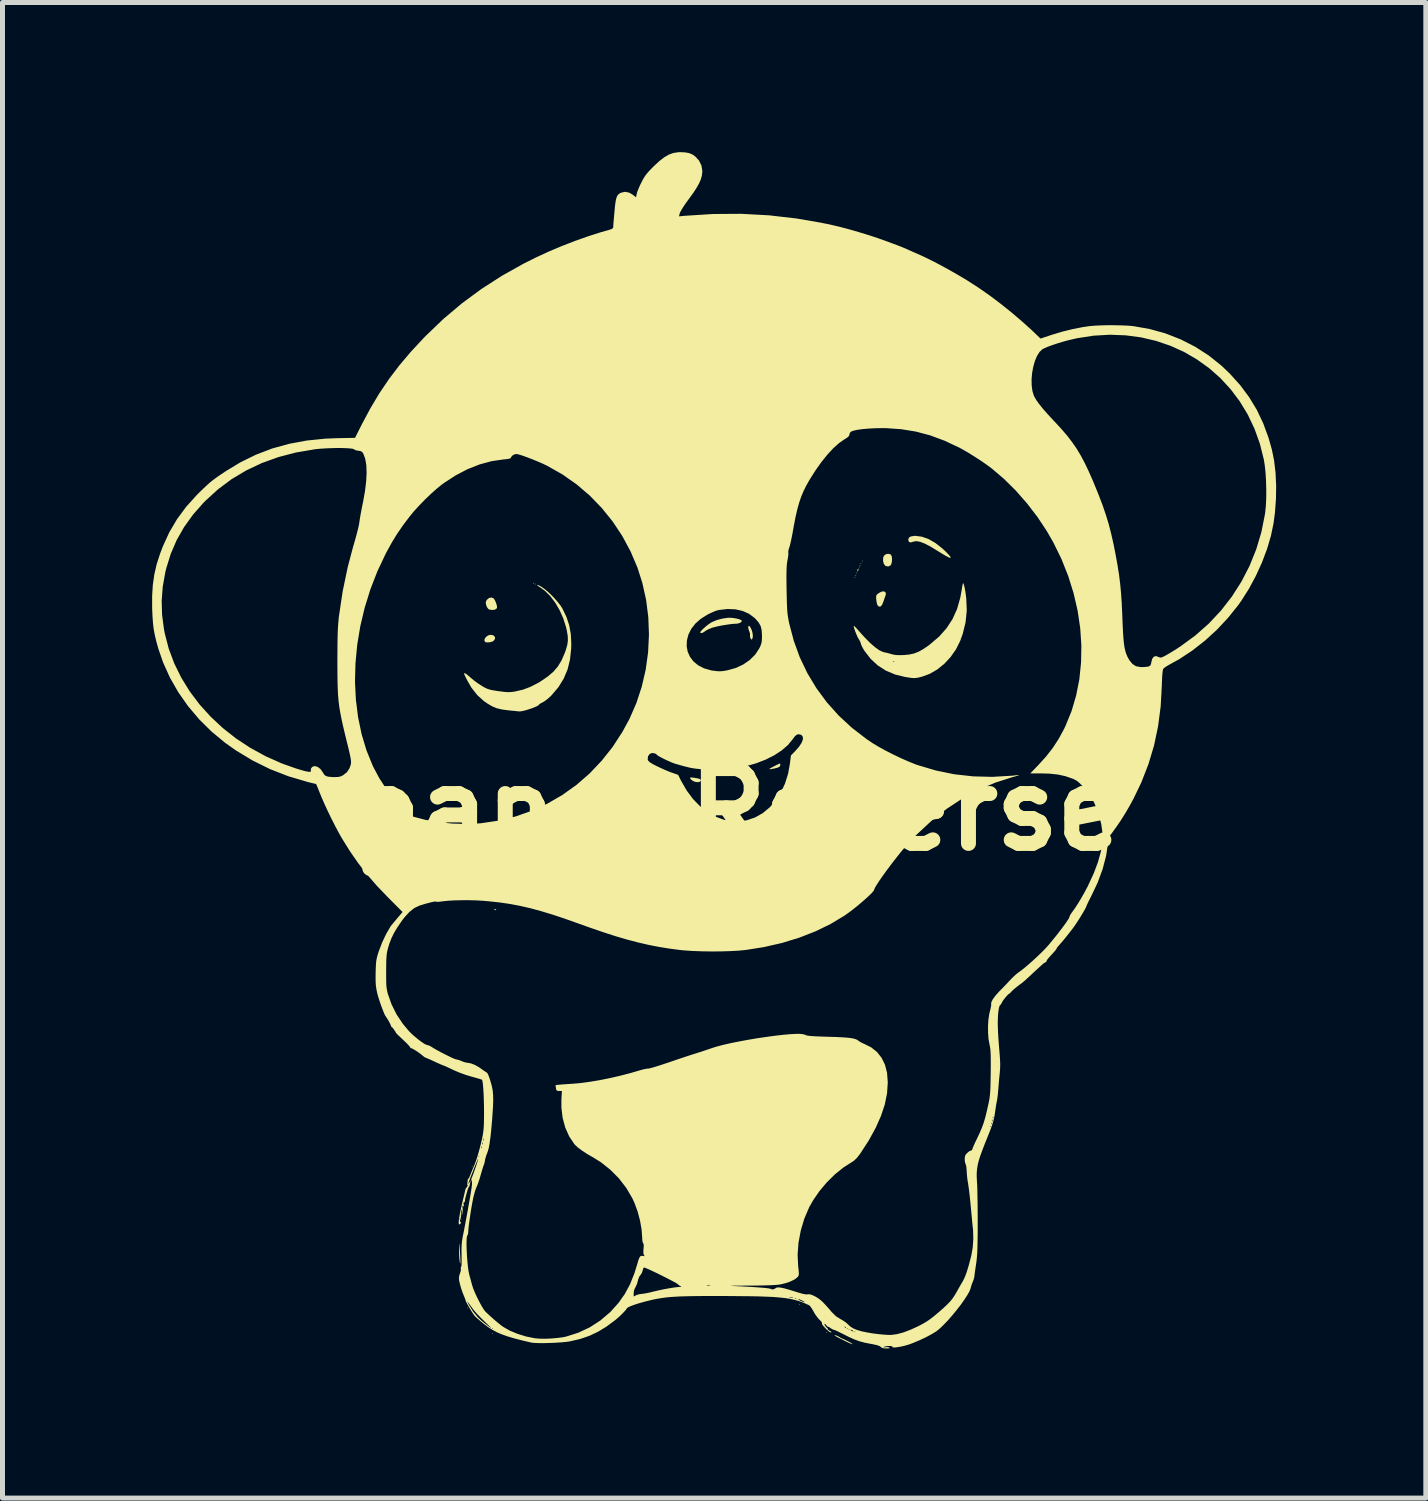
<source format=kicad_pcb>
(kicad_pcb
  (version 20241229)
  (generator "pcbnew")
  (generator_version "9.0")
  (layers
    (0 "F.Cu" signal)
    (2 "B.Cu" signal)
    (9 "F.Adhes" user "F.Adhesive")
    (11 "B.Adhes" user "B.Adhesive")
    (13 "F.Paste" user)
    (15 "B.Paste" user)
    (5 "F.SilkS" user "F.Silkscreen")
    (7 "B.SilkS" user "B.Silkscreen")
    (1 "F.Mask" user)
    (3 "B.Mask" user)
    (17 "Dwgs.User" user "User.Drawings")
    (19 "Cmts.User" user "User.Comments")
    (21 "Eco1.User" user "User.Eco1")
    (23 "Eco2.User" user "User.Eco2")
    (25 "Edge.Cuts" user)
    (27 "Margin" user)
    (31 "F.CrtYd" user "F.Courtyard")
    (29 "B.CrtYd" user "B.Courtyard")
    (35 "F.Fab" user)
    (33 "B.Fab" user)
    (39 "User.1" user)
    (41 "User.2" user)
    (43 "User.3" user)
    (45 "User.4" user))
  (footprint "pandaReverse"
    (layer "F.Cu")
    (at 11.721 13.179)
    (property "Reference" "pandaReverse" (at 0 0 0) (layer "F.SilkS") (effects (font (size 1.5 1.5) (thickness 0.3))))
    (attr board_only exclude_from_pos_files exclude_from_bom)
    (fp_poly (pts (xy -5.384 9.991) (xy -5.393 9.999) (xy -5.401 9.991) (xy -5.393 9.982)) (stroke (width 0) (type solid)) (fill yes) (layer "F.SilkS"))
    (fp_poly (pts (xy -5.299 7.153) (xy -5.307 7.162) (xy -5.316 7.153) (xy -5.307 7.145)) (stroke (width 0) (type solid)) (fill yes) (layer "F.SilkS"))
    (fp_poly (pts (xy -4.889 10.504) (xy -4.897 10.512) (xy -4.906 10.504) (xy -4.897 10.495)) (stroke (width 0) (type solid)) (fill yes) (layer "F.SilkS"))
    (fp_poly (pts (xy -4.068 -4.538) (xy -4.077 -4.53) (xy -4.085 -4.538) (xy -4.077 -4.547)) (stroke (width 0) (type solid)) (fill yes) (layer "F.SilkS"))
    (fp_poly (pts (xy -4.034 -4.521) (xy -4.042 -4.513) (xy -4.051 -4.521) (xy -4.042 -4.53)) (stroke (width 0) (type solid)) (fill yes) (layer "F.SilkS"))
    (fp_poly (pts (xy 1.265 9.922) (xy 1.256 9.931) (xy 1.248 9.922) (xy 1.256 9.914)) (stroke (width 0) (type solid)) (fill yes) (layer "F.SilkS"))
    (fp_poly (pts (xy 1.812 10.486) (xy 1.803 10.495) (xy 1.795 10.486) (xy 1.803 10.478)) (stroke (width 0) (type solid)) (fill yes) (layer "F.SilkS"))
    (fp_poly (pts (xy 2.376 -4.658) (xy 2.367 -4.649) (xy 2.359 -4.658) (xy 2.367 -4.666)) (stroke (width 0) (type solid)) (fill yes) (layer "F.SilkS"))
    (fp_poly (pts (xy 2.393 -4.692) (xy 2.384 -4.683) (xy 2.376 -4.692) (xy 2.384 -4.701)) (stroke (width 0) (type solid)) (fill yes) (layer "F.SilkS"))
    (fp_poly (pts (xy 2.41 -4.743) (xy 2.402 -4.735) (xy 2.393 -4.743) (xy 2.402 -4.752)) (stroke (width 0) (type solid)) (fill yes) (layer "F.SilkS"))
    (fp_poly (pts (xy 2.461 -4.863) (xy 2.453 -4.854) (xy 2.444 -4.863) (xy 2.453 -4.871)) (stroke (width 0) (type solid)) (fill yes) (layer "F.SilkS"))
    (fp_poly (pts (xy 2.478 -4.897) (xy 2.47 -4.889) (xy 2.461 -4.897) (xy 2.47 -4.906)) (stroke (width 0) (type solid)) (fill yes) (layer "F.SilkS"))
    (fp_poly (pts (xy 2.496 -4.931) (xy 2.487 -4.923) (xy 2.478 -4.931) (xy 2.487 -4.94)) (stroke (width 0) (type solid)) (fill yes) (layer "F.SilkS"))
    (fp_poly (pts (xy 2.53 -4.983) (xy 2.521 -4.974) (xy 2.513 -4.983) (xy 2.521 -4.991)) (stroke (width 0) (type solid)) (fill yes) (layer "F.SilkS"))
    (fp_poly (pts (xy -4.847 1.993) (xy -4.823 2.007) (xy -4.827 2.016) (xy -4.836 2.017) (xy -4.859 2.005) (xy -4.863 2) (xy -4.86 1.99)) (stroke (width 0) (type solid)) (fill yes) (layer "F.SilkS"))
    (fp_poly (pts (xy 2.444 -4.829) (xy 2.435 -4.801) (xy 2.427 -4.786) (xy 2.414 -4.772) (xy 2.411 -4.777) (xy 2.419 -4.806) (xy 2.427 -4.82) (xy 2.441 -4.834)) (stroke (width 0) (type solid)) (fill yes) (layer "F.SilkS"))
    (fp_poly (pts (xy -4.88 -3.492) (xy -4.851 -3.463) (xy -4.847 -3.425) (xy -4.87 -3.389) (xy -4.899 -3.369) (xy -4.946 -3.355) (xy -4.996 -3.351) (xy -5.036 -3.355) (xy -5.048 -3.362) (xy -5.062 -3.395) (xy -5.05 -3.434) (xy -5.019 -3.47) (xy -4.975 -3.496) (xy -4.931 -3.504)) (stroke (width 0) (type solid)) (fill yes) (layer "F.SilkS"))
    (fp_poly (pts (xy -0.852 -0.637) (xy -0.772 -0.623) (xy -0.765 -0.621) (xy -0.729 -0.606) (xy -0.719 -0.583) (xy -0.737 -0.561) (xy -0.745 -0.557) (xy -0.778 -0.549) (xy -0.818 -0.553) (xy -0.846 -0.559) (xy -0.885 -0.577) (xy -0.92 -0.604) (xy -0.939 -0.631) (xy -0.94 -0.636) (xy -0.932 -0.643) (xy -0.904 -0.643)) (stroke (width 0) (type solid)) (fill yes) (layer "F.SilkS"))
    (fp_poly (pts (xy 0.87 -0.909) (xy 0.872 -0.89) (xy 0.856 -0.86) (xy 0.816 -0.84) (xy 0.76 -0.826) (xy 0.708 -0.815) (xy 0.668 -0.809) (xy 0.65 -0.811) (xy 0.65 -0.812) (xy 0.663 -0.823) (xy 0.698 -0.843) (xy 0.745 -0.868) (xy 0.794 -0.893) (xy 0.836 -0.913) (xy 0.861 -0.923) (xy 0.863 -0.923)) (stroke (width 0) (type solid)) (fill yes) (layer "F.SilkS"))
    (fp_poly (pts (xy 3.079 -5.116) (xy 3.09 -5.107) (xy 3.105 -5.074) (xy 3.111 -5.021) (xy 3.107 -4.964) (xy 3.095 -4.917) (xy 3.084 -4.898) (xy 3.039 -4.874) (xy 2.989 -4.881) (xy 2.971 -4.893) (xy 2.944 -4.932) (xy 2.931 -4.989) (xy 2.933 -5.048) (xy 2.948 -5.087) (xy 2.985 -5.118) (xy 3.034 -5.128)) (stroke (width 0) (type solid)) (fill yes) (layer "F.SilkS"))
    (fp_poly (pts (xy -5.562 8.73) (xy -5.557 8.789) (xy -5.553 8.846) (xy -5.547 8.93) (xy -5.543 9.002) (xy -5.542 9.056) (xy -5.543 9.091) (xy -5.546 9.102) (xy -5.551 9.086) (xy -5.558 9.04) (xy -5.56 9.027) (xy -5.566 8.951) (xy -5.569 8.861) (xy -5.57 8.787) (xy -5.569 8.733) (xy -5.567 8.704) (xy -5.565 8.702)) (stroke (width 0) (type solid)) (fill yes) (layer "F.SilkS"))
    (fp_poly (pts (xy 0.255 -3.676) (xy 0.274 -3.649) (xy 0.3 -3.594) (xy 0.316 -3.53) (xy 0.321 -3.469) (xy 0.311 -3.426) (xy 0.297 -3.407) (xy 0.285 -3.416) (xy 0.274 -3.434) (xy 0.262 -3.473) (xy 0.264 -3.498) (xy 0.263 -3.53) (xy 0.25 -3.574) (xy 0.246 -3.582) (xy 0.231 -3.628) (xy 0.228 -3.666) (xy 0.23 -3.67) (xy 0.24 -3.685)) (stroke (width 0) (type solid)) (fill yes) (layer "F.SilkS"))
    (fp_poly (pts (xy 2.974 -4.363) (xy 2.989 -4.329) (xy 2.978 -4.285) (xy 2.963 -4.245) (xy 2.945 -4.191) (xy 2.938 -4.171) (xy 2.912 -4.106) (xy 2.882 -4.071) (xy 2.849 -4.069) (xy 2.824 -4.09) (xy 2.81 -4.121) (xy 2.799 -4.17) (xy 2.793 -4.226) (xy 2.792 -4.273) (xy 2.798 -4.3) (xy 2.837 -4.335) (xy 2.888 -4.364) (xy 2.935 -4.376) (xy 2.936 -4.376)) (stroke (width 0) (type solid)) (fill yes) (layer "F.SilkS"))
    (fp_poly (pts (xy -4.879 -4.236) (xy -4.869 -4.227) (xy -4.848 -4.191) (xy -4.826 -4.14) (xy -4.821 -4.124) (xy -4.808 -4.075) (xy -4.809 -4.044) (xy -4.82 -4.026) (xy -4.854 -4.007) (xy -4.905 -4.001) (xy -4.957 -4.009) (xy -4.978 -4.018) (xy -5.001 -4.045) (xy -5.022 -4.089) (xy -5.025 -4.098) (xy -5.034 -4.146) (xy -5.026 -4.181) (xy -5.011 -4.205) (xy -4.969 -4.241) (xy -4.921 -4.252)) (stroke (width 0) (type solid)) (fill yes) (layer "F.SilkS"))
    (fp_poly (pts (xy 1.983 10.539) (xy 2.026 10.556) (xy 2.051 10.571) (xy 2.084 10.591) (xy 2.131 10.613) (xy 2.137 10.615) (xy 2.184 10.636) (xy 2.233 10.661) (xy 2.277 10.685) (xy 2.308 10.705) (xy 2.318 10.716) (xy 2.315 10.717) (xy 2.293 10.71) (xy 2.247 10.691) (xy 2.187 10.662) (xy 2.144 10.641) (xy 2.051 10.594) (xy 1.989 10.561) (xy 1.958 10.54) (xy 1.959 10.534)) (stroke (width 0) (type solid)) (fill yes) (layer "F.SilkS"))
    (fp_poly (pts (xy 3.711 -5.47) (xy 3.844 -5.422) (xy 3.98 -5.344) (xy 4.115 -5.238) (xy 4.151 -5.206) (xy 4.223 -5.134) (xy 4.269 -5.084) (xy 4.288 -5.054) (xy 4.281 -5.045) (xy 4.246 -5.056) (xy 4.184 -5.088) (xy 4.096 -5.141) (xy 4.017 -5.19) (xy 3.881 -5.273) (xy 3.767 -5.332) (xy 3.674 -5.368) (xy 3.6 -5.381) (xy 3.543 -5.373) (xy 3.531 -5.368) (xy 3.483 -5.354) (xy 3.449 -5.367) (xy 3.436 -5.405) (xy 3.436 -5.409) (xy 3.448 -5.45) (xy 3.486 -5.475) (xy 3.553 -5.486) (xy 3.584 -5.487)) (stroke (width 0) (type solid)) (fill yes) (layer "F.SilkS"))
    (fp_poly (pts (xy -0.082 -3.842) (xy -0.014 -3.831) (xy 0.045 -3.816) (xy 0.086 -3.799) (xy 0.097 -3.79) (xy 0.095 -3.767) (xy 0.068 -3.745) (xy 0.024 -3.73) (xy -0.016 -3.726) (xy -0.087 -3.722) (xy -0.179 -3.71) (xy -0.281 -3.694) (xy -0.38 -3.675) (xy -0.464 -3.654) (xy -0.506 -3.642) (xy -0.566 -3.617) (xy -0.617 -3.59) (xy -0.641 -3.573) (xy -0.676 -3.549) (xy -0.71 -3.538) (xy -0.732 -3.544) (xy -0.735 -3.553) (xy -0.722 -3.575) (xy -0.689 -3.611) (xy -0.643 -3.653) (xy -0.59 -3.697) (xy -0.539 -3.734) (xy -0.499 -3.759) (xy -0.402 -3.799) (xy -0.292 -3.828) (xy -0.186 -3.844) (xy -0.149 -3.846)) (stroke (width 0) (type solid)) (fill yes) (layer "F.SilkS"))
    (fp_poly (pts (xy 4.543 -4.531) (xy 4.555 -4.494) (xy 4.569 -4.434) (xy 4.583 -4.355) (xy 4.595 -4.262) (xy 4.599 -4.229) (xy 4.609 -3.992) (xy 4.585 -3.755) (xy 4.528 -3.522) (xy 4.477 -3.382) (xy 4.393 -3.213) (xy 4.285 -3.059) (xy 4.159 -2.923) (xy 4.018 -2.809) (xy 3.868 -2.722) (xy 3.711 -2.664) (xy 3.69 -2.659) (xy 3.632 -2.645) (xy 3.586 -2.638) (xy 3.543 -2.636) (xy 3.493 -2.64) (xy 3.425 -2.65) (xy 3.376 -2.658) (xy 3.174 -2.707) (xy 2.99 -2.784) (xy 2.826 -2.889) (xy 2.74 -2.968) (xy 3.134 -2.968) (xy 3.136 -2.958) (xy 3.145 -2.957) (xy 3.159 -2.963) (xy 3.156 -2.968) (xy 3.136 -2.971) (xy 3.134 -2.968) (xy 2.74 -2.968) (xy 2.682 -3.022) (xy 2.559 -3.181) (xy 2.553 -3.19) (xy 2.52 -3.246) (xy 2.496 -3.295) (xy 2.486 -3.326) (xy 2.473 -3.366) (xy 2.448 -3.411) (xy 2.446 -3.413) (xy 2.424 -3.451) (xy 2.398 -3.508) (xy 2.373 -3.572) (xy 2.353 -3.631) (xy 2.342 -3.674) (xy 2.342 -3.682) (xy 2.352 -3.679) (xy 2.378 -3.655) (xy 2.416 -3.614) (xy 2.422 -3.606) (xy 2.552 -3.462) (xy 2.666 -3.346) (xy 2.766 -3.258) (xy 2.852 -3.196) (xy 2.928 -3.16) (xy 2.961 -3.152) (xy 3.012 -3.141) (xy 3.074 -3.124) (xy 3.101 -3.116) (xy 3.16 -3.102) (xy 3.23 -3.096) (xy 3.321 -3.097) (xy 3.353 -3.098) (xy 3.46 -3.109) (xy 3.554 -3.13) (xy 3.644 -3.165) (xy 3.738 -3.218) (xy 3.845 -3.291) (xy 3.874 -3.314) (xy 4.055 -3.468) (xy 4.204 -3.636) (xy 4.324 -3.82) (xy 4.415 -4.022) (xy 4.478 -4.244) (xy 4.502 -4.372) (xy 4.513 -4.442) (xy 4.523 -4.498) (xy 4.531 -4.533) (xy 4.534 -4.539)) (stroke (width 0) (type solid)) (fill yes) (layer "F.SilkS"))
    (fp_poly (pts (xy -3.971 -4.495) (xy -3.92 -4.468) (xy -3.849 -4.418) (xy -3.767 -4.348) (xy -3.683 -4.265) (xy -3.604 -4.177) (xy -3.537 -4.093) (xy -3.498 -4.032) (xy -3.417 -3.864) (xy -3.361 -3.697) (xy -3.329 -3.521) (xy -3.319 -3.33) (xy -3.321 -3.232) (xy -3.344 -3.012) (xy -3.393 -2.81) (xy -3.471 -2.625) (xy -3.578 -2.452) (xy -3.717 -2.289) (xy -3.722 -2.284) (xy -3.778 -2.231) (xy -3.837 -2.185) (xy -3.887 -2.153) (xy -3.893 -2.15) (xy -3.936 -2.128) (xy -3.962 -2.11) (xy -3.966 -2.104) (xy -3.981 -2.087) (xy -4.022 -2.066) (xy -4.081 -2.041) (xy -4.15 -2.017) (xy -4.222 -1.994) (xy -4.289 -1.977) (xy -4.343 -1.968) (xy -4.375 -1.968) (xy -4.395 -1.971) (xy -4.441 -1.976) (xy -4.508 -1.982) (xy -4.581 -1.99) (xy -4.706 -2.006) (xy -4.808 -2.03) (xy -4.9 -2.067) (xy -4.991 -2.12) (xy -5.072 -2.176) (xy -5.204 -2.295) (xy -5.32 -2.443) (xy -5.402 -2.585) (xy -5.433 -2.645) (xy -5.456 -2.694) (xy -5.468 -2.722) (xy -5.47 -2.726) (xy -5.459 -2.736) (xy -5.426 -2.719) (xy -5.373 -2.677) (xy -5.335 -2.643) (xy -5.269 -2.588) (xy -5.189 -2.529) (xy -5.112 -2.479) (xy -5.109 -2.477) (xy -5.051 -2.444) (xy -5.001 -2.421) (xy -4.949 -2.404) (xy -4.886 -2.391) (xy -4.801 -2.377) (xy -4.777 -2.374) (xy -4.683 -2.362) (xy -4.612 -2.355) (xy -4.554 -2.355) (xy -4.498 -2.359) (xy -4.444 -2.368) (xy -4.288 -2.404) (xy -4.141 -2.459) (xy -3.991 -2.536) (xy -3.929 -2.573) (xy -3.79 -2.668) (xy -3.678 -2.764) (xy -3.589 -2.868) (xy -3.516 -2.987) (xy -3.454 -3.129) (xy -3.426 -3.206) (xy -3.399 -3.301) (xy -3.387 -3.389) (xy -3.39 -3.481) (xy -3.408 -3.587) (xy -3.425 -3.66) (xy -3.48 -3.834) (xy -3.554 -3.999) (xy -3.642 -4.149) (xy -3.742 -4.281) (xy -3.85 -4.387) (xy -3.929 -4.444) (xy -3.982 -4.48) (xy -4.007 -4.502) (xy -4.003 -4.507)) (stroke (width 0) (type solid)) (fill yes) (layer "F.SilkS"))
    (fp_poly (pts (xy -1.035 -13.174) (xy -0.954 -13.159) (xy -0.888 -13.131) (xy -0.833 -13.092) (xy -0.757 -13.008) (xy -0.709 -12.908) (xy -0.691 -12.799) (xy -0.701 -12.708) (xy -0.723 -12.632) (xy -0.757 -12.553) (xy -0.806 -12.466) (xy -0.872 -12.364) (xy -0.959 -12.244) (xy -0.967 -12.234) (xy -1.024 -12.155) (xy -1.074 -12.081) (xy -1.113 -12.017) (xy -1.138 -11.971) (xy -1.143 -11.958) (xy -1.161 -11.892) (xy -1.046 -11.903) (xy -0.48 -11.939) (xy 0.083 -11.943) (xy 0.643 -11.913) (xy 1.197 -11.849) (xy 1.667 -11.768) (xy 1.808 -11.74) (xy 1.934 -11.712) (xy 2.054 -11.684) (xy 2.173 -11.653) (xy 2.301 -11.618) (xy 2.444 -11.576) (xy 2.609 -11.526) (xy 2.658 -11.511) (xy 2.73 -11.487) (xy 2.821 -11.457) (xy 2.923 -11.421) (xy 3.03 -11.382) (xy 3.135 -11.343) (xy 3.234 -11.306) (xy 3.318 -11.273) (xy 3.382 -11.246) (xy 3.416 -11.231) (xy 3.445 -11.217) (xy 3.496 -11.195) (xy 3.555 -11.169) (xy 3.744 -11.085) (xy 3.951 -10.983) (xy 4.169 -10.867) (xy 4.39 -10.743) (xy 4.607 -10.614) (xy 4.811 -10.484) (xy 4.876 -10.44) (xy 5.08 -10.297) (xy 5.295 -10.135) (xy 5.511 -9.961) (xy 5.72 -9.783) (xy 5.912 -9.61) (xy 5.946 -9.578) (xy 6.088 -9.442) (xy 6.306 -9.515) (xy 6.513 -9.578) (xy 6.727 -9.631) (xy 6.935 -9.672) (xy 7.082 -9.693) (xy 7.185 -9.701) (xy 7.311 -9.707) (xy 7.45 -9.71) (xy 7.592 -9.709) (xy 7.729 -9.706) (xy 7.851 -9.7) (xy 7.943 -9.692) (xy 8.274 -9.634) (xy 8.593 -9.545) (xy 8.899 -9.425) (xy 9.191 -9.276) (xy 9.465 -9.099) (xy 9.72 -8.894) (xy 9.882 -8.739) (xy 10.091 -8.507) (xy 10.27 -8.266) (xy 10.423 -8.014) (xy 10.551 -7.744) (xy 10.658 -7.453) (xy 10.724 -7.221) (xy 10.769 -7.001) (xy 10.798 -6.757) (xy 10.811 -6.497) (xy 10.807 -6.227) (xy 10.787 -5.955) (xy 10.758 -5.735) (xy 10.705 -5.483) (xy 10.627 -5.22) (xy 10.526 -4.952) (xy 10.405 -4.687) (xy 10.268 -4.431) (xy 10.116 -4.191) (xy 10.052 -4.1) (xy 9.849 -3.847) (xy 9.625 -3.607) (xy 9.383 -3.386) (xy 9.13 -3.188) (xy 8.87 -3.016) (xy 8.685 -2.914) (xy 8.625 -2.88) (xy 8.576 -2.847) (xy 8.547 -2.821) (xy 8.545 -2.817) (xy 8.538 -2.787) (xy 8.531 -2.729) (xy 8.525 -2.648) (xy 8.521 -2.55) (xy 8.519 -2.485) (xy 8.496 -2.069) (xy 8.444 -1.67) (xy 8.363 -1.285) (xy 8.251 -0.911) (xy 8.108 -0.544) (xy 7.953 -0.222) (xy 7.873 -0.074) (xy 7.787 0.073) (xy 7.7 0.212) (xy 7.619 0.332) (xy 7.591 0.37) (xy 7.559 0.414) (xy 7.538 0.444) (xy 7.506 0.488) (xy 7.484 0.515) (xy 7.467 0.55) (xy 7.452 0.606) (xy 7.444 0.655) (xy 7.402 0.928) (xy 7.332 1.194) (xy 7.234 1.46) (xy 7.125 1.691) (xy 7.085 1.772) (xy 7.05 1.842) (xy 7.024 1.896) (xy 7.01 1.927) (xy 7.008 1.933) (xy 6.999 1.957) (xy 6.975 2.004) (xy 6.939 2.066) (xy 6.896 2.138) (xy 6.849 2.213) (xy 6.801 2.286) (xy 6.758 2.349) (xy 6.738 2.376) (xy 6.686 2.444) (xy 6.626 2.52) (xy 6.564 2.597) (xy 6.506 2.666) (xy 6.458 2.721) (xy 6.432 2.749) (xy 6.413 2.776) (xy 6.41 2.787) (xy 6.399 2.806) (xy 6.369 2.842) (xy 6.327 2.889) (xy 6.308 2.909) (xy 6.263 2.958) (xy 6.23 2.997) (xy 6.213 3.021) (xy 6.213 3.025) (xy 6.207 3.042) (xy 6.194 3.056) (xy 6.175 3.071) (xy 6.171 3.07) (xy 6.161 3.074) (xy 6.133 3.097) (xy 6.085 3.14) (xy 6.015 3.204) (xy 5.922 3.29) (xy 5.887 3.324) (xy 5.825 3.38) (xy 5.769 3.431) (xy 5.725 3.468) (xy 5.702 3.486) (xy 5.656 3.519) (xy 5.605 3.559) (xy 5.555 3.6) (xy 5.515 3.637) (xy 5.49 3.663) (xy 5.486 3.67) (xy 5.474 3.683) (xy 5.471 3.684) (xy 5.45 3.696) (xy 5.417 3.728) (xy 5.379 3.772) (xy 5.343 3.818) (xy 5.317 3.858) (xy 5.309 3.876) (xy 5.294 3.906) (xy 5.282 3.914) (xy 5.268 3.93) (xy 5.254 3.975) (xy 5.243 4.043) (xy 5.235 4.129) (xy 5.231 4.227) (xy 5.23 4.278) (xy 5.232 4.361) (xy 5.236 4.467) (xy 5.243 4.586) (xy 5.252 4.709) (xy 5.259 4.793) (xy 5.269 4.917) (xy 5.276 5.016) (xy 5.279 5.098) (xy 5.278 5.171) (xy 5.273 5.244) (xy 5.267 5.314) (xy 5.257 5.408) (xy 5.249 5.505) (xy 5.242 5.591) (xy 5.238 5.636) (xy 5.232 5.712) (xy 5.222 5.788) (xy 5.213 5.841) (xy 5.201 5.899) (xy 5.189 5.975) (xy 5.178 6.054) (xy 5.177 6.059) (xy 5.164 6.144) (xy 5.146 6.225) (xy 5.121 6.311) (xy 5.086 6.41) (xy 5.039 6.529) (xy 4.974 6.69) (xy 4.922 6.825) (xy 4.881 6.938) (xy 4.85 7.034) (xy 4.829 7.119) (xy 4.816 7.196) (xy 4.809 7.271) (xy 4.808 7.349) (xy 4.812 7.435) (xy 4.814 7.468) (xy 4.818 7.537) (xy 4.821 7.635) (xy 4.823 7.756) (xy 4.826 7.892) (xy 4.827 8.04) (xy 4.828 8.192) (xy 4.828 8.29) (xy 4.828 8.465) (xy 4.826 8.609) (xy 4.824 8.729) (xy 4.821 8.829) (xy 4.817 8.913) (xy 4.811 8.986) (xy 4.804 9.052) (xy 4.797 9.102) (xy 4.784 9.187) (xy 4.773 9.264) (xy 4.765 9.325) (xy 4.762 9.358) (xy 4.75 9.412) (xy 4.731 9.461) (xy 4.712 9.509) (xy 4.692 9.571) (xy 4.685 9.6) (xy 4.662 9.659) (xy 4.618 9.736) (xy 4.558 9.828) (xy 4.486 9.93) (xy 4.404 10.035) (xy 4.318 10.14) (xy 4.23 10.24) (xy 4.145 10.329) (xy 4.068 10.403) (xy 4.001 10.457) (xy 3.993 10.462) (xy 3.9 10.519) (xy 3.785 10.58) (xy 3.659 10.639) (xy 3.535 10.691) (xy 3.453 10.722) (xy 3.382 10.743) (xy 3.308 10.761) (xy 3.238 10.774) (xy 3.179 10.782) (xy 3.136 10.782) (xy 3.117 10.776) (xy 3.118 10.77) (xy 3.112 10.759) (xy 3.081 10.753) (xy 3.038 10.753) (xy 2.992 10.758) (xy 2.953 10.768) (xy 2.949 10.77) (xy 2.933 10.779) (xy 2.947 10.781) (xy 2.974 10.778) (xy 3.022 10.776) (xy 3.058 10.784) (xy 3.06 10.786) (xy 3.065 10.796) (xy 3.041 10.801) (xy 2.996 10.802) (xy 2.936 10.799) (xy 2.899 10.785) (xy 2.885 10.772) (xy 2.861 10.754) (xy 2.812 10.737) (xy 2.735 10.719) (xy 2.684 10.71) (xy 2.565 10.687) (xy 2.46 10.659) (xy 2.358 10.622) (xy 2.248 10.573) (xy 2.131 10.514) (xy 2.061 10.479) (xy 2.041 10.469) (xy 2.359 10.469) (xy 2.367 10.478) (xy 2.376 10.469) (xy 2.367 10.461) (xy 2.359 10.469) (xy 2.041 10.469) (xy 2.001 10.45) (xy 1.964 10.434) (xy 2.279 10.434) (xy 2.29 10.444) (xy 2.322 10.458) (xy 2.333 10.46) (xy 2.336 10.453) (xy 2.325 10.444) (xy 2.293 10.429) (xy 2.282 10.427) (xy 2.279 10.434) (xy 1.964 10.434) (xy 1.958 10.432) (xy 1.941 10.427) (xy 1.917 10.418) (xy 2.239 10.418) (xy 2.248 10.427) (xy 2.256 10.418) (xy 2.248 10.41) (xy 2.239 10.418) (xy 1.917 10.418) (xy 1.913 10.417) (xy 1.889 10.401) (xy 2.205 10.401) (xy 2.214 10.41) (xy 2.222 10.401) (xy 2.214 10.392) (xy 2.205 10.401) (xy 1.889 10.401) (xy 1.876 10.393) (xy 1.874 10.391) (xy 1.844 10.371) (xy 1.829 10.368) (xy 1.829 10.369) (xy 1.821 10.368) (xy 1.817 10.363) (xy 2.156 10.363) (xy 2.161 10.373) (xy 2.178 10.391) (xy 2.188 10.387) (xy 2.188 10.385) (xy 2.176 10.37) (xy 2.168 10.365) (xy 2.156 10.363) (xy 1.817 10.363) (xy 1.802 10.345) (xy 1.776 10.317) (xy 1.757 10.307) (xy 1.753 10.317) (xy 1.77 10.343) (xy 1.771 10.343) (xy 1.794 10.373) (xy 1.803 10.39) (xy 1.815 10.397) (xy 1.817 10.396) (xy 1.824 10.402) (xy 1.821 10.409) (xy 1.826 10.427) (xy 1.854 10.443) (xy 1.886 10.462) (xy 1.897 10.479) (xy 1.885 10.482) (xy 1.856 10.468) (xy 1.848 10.462) (xy 1.806 10.428) (xy 1.765 10.387) (xy 1.747 10.367) (xy 1.761 10.367) (xy 1.769 10.375) (xy 1.778 10.367) (xy 1.769 10.358) (xy 1.761 10.367) (xy 1.747 10.367) (xy 1.73 10.347) (xy 1.708 10.314) (xy 1.704 10.295) (xy 1.706 10.294) (xy 1.705 10.28) (xy 1.683 10.252) (xy 1.657 10.228) (xy 1.614 10.179) (xy 1.568 10.115) (xy 1.536 10.059) (xy 1.503 10.002) (xy 1.471 9.957) (xy 1.446 9.934) (xy 1.445 9.934) (xy 1.368 9.9) (xy 1.294 9.87) (xy 1.219 9.845) (xy 1.14 9.824) (xy 1.114 9.818) (xy 1.229 9.818) (xy 1.252 9.834) (xy 1.273 9.845) (xy 1.324 9.867) (xy 1.353 9.876) (xy 1.359 9.873) (xy 1.338 9.858) (xy 1.316 9.845) (xy 1.271 9.824) (xy 1.236 9.813) (xy 1.231 9.812) (xy 1.229 9.818) (xy 1.114 9.818) (xy 1.054 9.806) (xy 1.014 9.8) (xy 1.168 9.8) (xy 1.17 9.81) (xy 1.179 9.811) (xy 1.193 9.805) (xy 1.191 9.8) (xy 1.171 9.798) (xy 1.168 9.8) (xy 1.014 9.8) (xy 0.958 9.791) (xy 0.915 9.787) (xy 1.046 9.787) (xy 1.067 9.789) (xy 1.085 9.79) (xy 1.121 9.789) (xy 1.13 9.785) (xy 1.124 9.782) (xy 1.083 9.779) (xy 1.056 9.782) (xy 1.046 9.787) (xy 0.915 9.787) (xy 0.849 9.78) (xy 0.725 9.77) (xy 0.581 9.764) (xy 0.415 9.758) (xy 0.224 9.755) (xy 0.005 9.753) (xy -0.231 9.751) (xy -0.468 9.751) (xy -0.676 9.751) (xy -0.856 9.753) (xy -1.012 9.756) (xy -1.148 9.76) (xy -1.268 9.767) (xy -1.375 9.775) (xy -1.472 9.787) (xy -1.563 9.801) (xy -1.652 9.817) (xy -1.741 9.838) (xy -1.836 9.861) (xy -1.875 9.872) (xy -1.968 9.898) (xy -2.053 9.926) (xy -2.125 9.952) (xy -2.176 9.976) (xy -2.203 9.993) (xy -2.205 9.998) (xy -2.217 10.018) (xy -2.248 10.055) (xy -2.293 10.102) (xy -2.345 10.153) (xy -2.399 10.201) (xy -2.436 10.232) (xy -2.612 10.363) (xy -2.783 10.467) (xy -2.954 10.548) (xy -3.136 10.611) (xy -3.337 10.658) (xy -3.349 10.661) (xy -3.423 10.671) (xy -3.518 10.68) (xy -3.627 10.687) (xy -3.741 10.692) (xy -3.855 10.695) (xy -3.959 10.695) (xy -4.047 10.692) (xy -4.111 10.686) (xy -4.126 10.683) (xy -4.313 10.639) (xy -4.47 10.598) (xy -4.604 10.558) (xy -4.718 10.517) (xy -4.817 10.474) (xy -4.907 10.425) (xy -4.944 10.401) (xy -4.906 10.401) (xy -4.897 10.41) (xy -4.889 10.401) (xy -4.897 10.392) (xy -4.906 10.401) (xy -4.944 10.401) (xy -4.992 10.37) (xy -5.076 10.307) (xy -5.077 10.306) (xy -5.14 10.254) (xy -5.196 10.206) (xy -5.238 10.168) (xy -5.255 10.151) (xy -5.28 10.117) (xy -5.313 10.067) (xy -5.349 10.007) (xy -5.384 9.948) (xy -5.413 9.895) (xy -5.426 9.869) (xy -5.402 9.869) (xy -5.388 9.897) (xy -5.375 9.922) (xy -5.285 10.066) (xy -5.186 10.183) (xy -5.126 10.239) (xy -5.066 10.289) (xy -5.009 10.333) (xy -4.962 10.368) (xy -4.932 10.389) (xy -4.925 10.392) (xy -4.934 10.381) (xy -4.963 10.352) (xy -5.009 10.308) (xy -5.066 10.254) (xy -5.07 10.249) (xy -5.139 10.181) (xy -5.208 10.109) (xy -5.266 10.042) (xy -5.299 10) (xy -5.351 9.928) (xy -5.385 9.884) (xy -5.401 9.864) (xy -5.402 9.869) (xy -5.426 9.869) (xy -5.432 9.858) (xy -5.436 9.845) (xy -5.442 9.821) (xy -5.459 9.779) (xy -5.468 9.756) (xy -5.5 9.678) (xy -5.529 9.592) (xy -5.552 9.508) (xy -5.568 9.437) (xy -5.572 9.394) (xy -5.564 9.337) (xy -5.547 9.288) (xy -5.532 9.239) (xy -5.533 9.198) (xy -5.535 9.171) (xy -5.527 9.166) (xy -5.522 9.154) (xy -5.518 9.112) (xy -5.517 9.044) (xy -5.518 8.955) (xy -5.518 8.942) (xy -5.52 8.827) (xy -5.517 8.735) (xy -5.51 8.653) (xy -5.496 8.568) (xy -5.49 8.537) (xy -5.477 8.473) (xy -5.459 8.381) (xy -5.438 8.269) (xy -5.415 8.145) (xy -5.391 8.015) (xy -5.375 7.923) (xy -5.35 7.782) (xy -5.331 7.671) (xy -5.318 7.586) (xy -5.311 7.525) (xy -5.309 7.483) (xy -5.311 7.458) (xy -5.314 7.449) (xy -5.325 7.412) (xy -5.314 7.381) (xy -5.301 7.351) (xy -5.282 7.3) (xy -5.259 7.236) (xy -5.235 7.167) (xy -5.213 7.101) (xy -5.196 7.046) (xy -5.186 7.009) (xy -5.184 6.997) (xy -5.192 7.01) (xy -5.209 7.049) (xy -5.233 7.106) (xy -5.262 7.176) (xy -5.292 7.252) (xy -5.322 7.328) (xy -5.349 7.397) (xy -5.369 7.453) (xy -5.381 7.489) (xy -5.384 7.498) (xy -5.376 7.496) (xy -5.358 7.471) (xy -5.357 7.47) (xy -5.332 7.427) (xy -5.343 7.47) (xy -5.353 7.51) (xy -5.356 7.534) (xy -5.363 7.554) (xy -5.367 7.555) (xy -5.377 7.57) (xy -5.393 7.61) (xy -5.41 7.666) (xy -5.411 7.67) (xy -5.429 7.736) (xy -5.44 7.778) (xy -5.446 7.804) (xy -5.449 7.823) (xy -5.45 7.844) (xy -5.45 7.847) (xy -5.459 7.87) (xy -5.469 7.871) (xy -5.479 7.878) (xy -5.477 7.913) (xy -5.477 7.917) (xy -5.472 7.952) (xy -5.477 7.958) (xy -5.487 7.948) (xy -5.499 7.937) (xy -5.501 7.953) (xy -5.497 7.982) (xy -5.496 8.043) (xy -5.504 8.102) (xy -5.513 8.134) (xy -5.517 8.137) (xy -5.515 8.111) (xy -5.513 8.076) (xy -5.509 8.03) (xy -5.51 8.014) (xy -5.517 8.026) (xy -5.522 8.042) (xy -5.531 8.091) (xy -5.532 8.153) (xy -5.531 8.179) (xy -5.527 8.224) (xy -5.529 8.236) (xy -5.535 8.219) (xy -5.537 8.213) (xy -5.551 8.162) (xy -5.553 8.217) (xy -5.549 8.255) (xy -5.537 8.273) (xy -5.536 8.273) (xy -5.528 8.282) (xy -5.539 8.3) (xy -5.562 8.318) (xy -5.574 8.307) (xy -5.576 8.264) (xy -5.568 8.191) (xy -5.549 8.087) (xy -5.52 7.951) (xy -5.496 7.846) (xy -5.476 7.764) (xy -5.459 7.693) (xy -5.447 7.638) (xy -5.44 7.611) (xy -5.429 7.584) (xy -5.42 7.58) (xy -5.411 7.57) (xy -5.405 7.538) (xy -5.401 7.538) (xy -5.395 7.552) (xy -5.39 7.549) (xy -5.388 7.529) (xy -5.39 7.527) (xy -5.4 7.529) (xy -5.401 7.538) (xy -5.405 7.538) (xy -5.405 7.536) (xy -5.404 7.524) (xy -5.399 7.46) (xy -5.395 7.423) (xy -5.391 7.406) (xy -5.385 7.401) (xy -5.383 7.401) (xy -5.371 7.387) (xy -5.353 7.349) (xy -5.342 7.32) (xy -5.315 7.253) (xy -5.285 7.18) (xy -5.273 7.153) (xy -5.235 7.057) (xy -5.199 6.948) (xy -5.179 6.948) (xy -5.171 6.957) (xy -5.162 6.948) (xy -5.171 6.94) (xy -5.179 6.948) (xy -5.199 6.948) (xy -5.195 6.935) (xy -5.156 6.796) (xy -5.149 6.769) (xy -5.128 6.769) (xy -5.122 6.783) (xy -5.116 6.78) (xy -5.114 6.76) (xy -5.116 6.757) (xy -5.127 6.76) (xy -5.128 6.769) (xy -5.149 6.769) (xy -5.129 6.69) (xy -5.109 6.69) (xy -5.106 6.713) (xy -5.1 6.713) (xy -5.096 6.69) (xy -5.099 6.68) (xy -5.107 6.674) (xy -5.109 6.69) (xy -5.129 6.69) (xy -5.119 6.649) (xy -5.112 6.615) (xy -5.091 6.615) (xy -5.088 6.639) (xy -5.082 6.636) (xy -5.08 6.601) (xy -5.082 6.594) (xy -5.089 6.591) (xy -5.091 6.615) (xy -5.112 6.615) (xy -5.108 6.598) (xy -5.093 6.525) (xy -5.083 6.456) (xy -5.075 6.384) (xy -5.071 6.3) (xy -5.069 6.196) (xy -5.068 6.094) (xy -5.069 5.961) (xy -5.072 5.832) (xy -5.076 5.713) (xy -5.082 5.608) (xy -5.089 5.521) (xy -5.097 5.457) (xy -5.105 5.422) (xy -5.108 5.416) (xy -5.128 5.408) (xy -5.174 5.394) (xy -5.24 5.375) (xy -5.318 5.353) (xy -5.32 5.353) (xy -5.439 5.317) (xy -5.565 5.271) (xy -5.679 5.222) (xy -5.696 5.214) (xy -5.767 5.18) (xy -5.827 5.152) (xy -5.869 5.134) (xy -5.886 5.128) (xy -5.906 5.121) (xy -5.949 5.102) (xy -6.01 5.075) (xy -6.062 5.051) (xy -6.131 5.019) (xy -6.188 4.994) (xy -6.226 4.978) (xy -6.238 4.974) (xy -6.259 4.964) (xy -6.291 4.939) (xy -6.292 4.938) (xy -6.34 4.899) (xy -6.395 4.859) (xy -6.45 4.823) (xy -6.497 4.796) (xy -6.529 4.782) (xy -6.537 4.783) (xy -6.545 4.782) (xy -6.544 4.775) (xy -6.553 4.757) (xy -6.584 4.721) (xy -6.63 4.673) (xy -6.683 4.623) (xy -6.741 4.568) (xy -6.79 4.522) (xy -6.823 4.488) (xy -6.835 4.472) (xy -6.853 4.439) (xy -6.879 4.402) (xy -6.905 4.369) (xy -6.925 4.351) (xy -6.929 4.351) (xy -6.933 4.35) (xy -6.932 4.348) (xy -6.935 4.329) (xy -6.952 4.29) (xy -6.978 4.242) (xy -7.006 4.194) (xy -7.033 4.155) (xy -7.034 4.154) (xy -7.056 4.117) (xy -7.083 4.055) (xy -7.114 3.975) (xy -7.146 3.887) (xy -7.176 3.796) (xy -7.201 3.712) (xy -7.211 3.67) (xy -7.226 3.598) (xy -7.236 3.53) (xy -7.241 3.455) (xy -7.242 3.364) (xy -7.242 3.351) (xy -7.03 3.351) (xy -7.029 3.443) (xy -7.027 3.515) (xy -7.021 3.573) (xy -7.013 3.623) (xy -7.002 3.673) (xy -6.994 3.701) (xy -6.922 3.904) (xy -6.822 4.105) (xy -6.697 4.293) (xy -6.574 4.44) (xy -6.517 4.497) (xy -6.45 4.556) (xy -6.381 4.613) (xy -6.316 4.661) (xy -6.261 4.697) (xy -6.221 4.716) (xy -6.212 4.718) (xy -6.177 4.727) (xy -6.131 4.75) (xy -6.119 4.758) (xy -6.071 4.788) (xy -6.005 4.825) (xy -5.93 4.866) (xy -5.85 4.907) (xy -5.773 4.945) (xy -5.706 4.977) (xy -5.655 4.999) (xy -5.626 5.008) (xy -5.625 5.008) (xy -5.591 5.015) (xy -5.541 5.032) (xy -5.519 5.042) (xy -5.462 5.063) (xy -5.408 5.075) (xy -5.393 5.077) (xy -5.33 5.088) (xy -5.253 5.118) (xy -5.174 5.162) (xy -5.13 5.192) (xy -5.084 5.225) (xy -5.045 5.252) (xy -5.035 5.257) (xy -5.014 5.271) (xy -4.997 5.29) (xy -4.982 5.321) (xy -4.963 5.371) (xy -4.942 5.436) (xy -4.914 5.533) (xy -4.895 5.626) (xy -4.886 5.723) (xy -4.884 5.833) (xy -4.889 5.966) (xy -4.891 6) (xy -4.906 6.217) (xy -4.922 6.402) (xy -4.938 6.556) (xy -4.955 6.681) (xy -4.972 6.778) (xy -4.992 6.85) (xy -5 6.872) (xy -5.024 6.935) (xy -5.042 6.995) (xy -5.048 7.027) (xy -5.059 7.082) (xy -5.074 7.128) (xy -5.087 7.163) (xy -5.105 7.221) (xy -5.126 7.292) (xy -5.137 7.331) (xy -5.16 7.41) (xy -5.185 7.484) (xy -5.207 7.542) (xy -5.215 7.559) (xy -5.235 7.608) (xy -5.257 7.677) (xy -5.277 7.754) (xy -5.282 7.774) (xy -5.299 7.858) (xy -5.317 7.958) (xy -5.335 8.066) (xy -5.351 8.175) (xy -5.366 8.278) (xy -5.377 8.366) (xy -5.383 8.433) (xy -5.384 8.462) (xy -5.389 8.507) (xy -5.401 8.537) (xy -5.404 8.539) (xy -5.412 8.562) (xy -5.417 8.612) (xy -5.419 8.684) (xy -5.418 8.773) (xy -5.414 8.872) (xy -5.408 8.975) (xy -5.4 9.076) (xy -5.39 9.17) (xy -5.379 9.25) (xy -5.367 9.311) (xy -5.366 9.316) (xy -5.345 9.392) (xy -5.324 9.469) (xy -5.308 9.529) (xy -5.287 9.595) (xy -5.254 9.676) (xy -5.213 9.766) (xy -5.168 9.856) (xy -5.123 9.94) (xy -5.081 10.009) (xy -5.047 10.057) (xy -5.038 10.066) (xy -4.951 10.148) (xy -4.863 10.226) (xy -4.781 10.295) (xy -4.713 10.349) (xy -4.683 10.37) (xy -4.552 10.445) (xy -4.395 10.51) (xy -4.223 10.563) (xy -4.054 10.597) (xy -3.962 10.606) (xy -3.847 10.608) (xy -3.722 10.603) (xy -3.597 10.592) (xy -3.484 10.577) (xy -3.422 10.564) (xy -3.179 10.487) (xy -2.95 10.38) (xy -2.738 10.243) (xy -2.543 10.077) (xy -2.523 10.057) (xy -2.373 9.89) (xy -2.282 9.761) (xy -2.068 9.761) (xy -2.018 9.735) (xy -1.963 9.716) (xy -1.911 9.709) (xy -1.87 9.704) (xy -1.806 9.693) (xy -1.731 9.677) (xy -1.692 9.667) (xy -1.578 9.64) (xy -1.461 9.615) (xy -1.349 9.595) (xy -1.249 9.579) (xy -1.172 9.571) (xy -1.154 9.57) (xy -1.119 9.567) (xy -1.111 9.562) (xy -1.118 9.56) (xy -1.141 9.547) (xy -0.612 9.547) (xy -0.591 9.55) (xy -0.573 9.551) (xy -0.537 9.549) (xy -0.528 9.545) (xy -0.534 9.543) (xy -0.575 9.54) (xy -0.602 9.543) (xy -0.612 9.547) (xy -1.141 9.547) (xy -1.152 9.542) (xy -1.186 9.513) (xy -1.209 9.496) (xy -1.258 9.469) (xy -1.325 9.433) (xy -1.406 9.391) (xy -1.494 9.347) (xy -1.584 9.302) (xy -1.67 9.261) (xy -1.747 9.225) (xy -1.809 9.198) (xy -1.849 9.182) (xy -1.861 9.179) (xy -1.874 9.194) (xy -1.886 9.231) (xy -1.888 9.239) (xy -1.905 9.29) (xy -1.933 9.331) (xy -1.934 9.332) (xy -1.959 9.368) (xy -1.979 9.422) (xy -1.985 9.447) (xy -2.001 9.507) (xy -2.025 9.561) (xy -2.034 9.576) (xy -2.061 9.635) (xy -2.068 9.691) (xy -2.068 9.761) (xy -2.282 9.761) (xy -2.247 9.712) (xy -2.142 9.517) (xy -2.055 9.3) (xy -1.998 9.117) (xy -1.975 9.036) (xy -1.955 8.984) (xy -1.935 8.955) (xy -1.912 8.945) (xy -1.883 8.948) (xy -1.854 8.953) (xy -1.853 8.944) (xy -1.861 8.933) (xy -1.873 8.9) (xy -1.874 8.841) (xy -1.871 8.806) (xy -1.866 8.736) (xy -1.873 8.699) (xy -1.878 8.693) (xy -1.889 8.67) (xy -1.896 8.626) (xy -1.897 8.592) (xy -1.909 8.424) (xy -1.94 8.242) (xy -1.989 8.058) (xy -2.053 7.883) (xy -2.096 7.79) (xy -2.217 7.584) (xy -2.365 7.392) (xy -2.536 7.22) (xy -2.723 7.071) (xy -2.88 6.973) (xy -2.997 6.906) (xy -3.101 6.838) (xy -3.186 6.775) (xy -3.246 6.719) (xy -3.259 6.704) (xy -3.362 6.549) (xy -3.44 6.374) (xy -3.492 6.182) (xy -3.517 5.978) (xy -3.517 5.811) (xy -3.507 5.641) (xy -3.564 5.641) (xy -3.602 5.637) (xy -3.62 5.62) (xy -3.627 5.582) (xy -3.634 5.523) (xy -3.548 5.514) (xy -3.492 5.509) (xy -3.414 5.504) (xy -3.329 5.498) (xy -3.29 5.496) (xy -3.132 5.482) (xy -2.949 5.457) (xy -2.75 5.424) (xy -2.542 5.382) (xy -2.333 5.334) (xy -2.13 5.281) (xy -1.966 5.233) (xy -1.896 5.213) (xy -1.834 5.199) (xy -1.792 5.192) (xy -1.783 5.193) (xy -1.756 5.189) (xy -1.702 5.175) (xy -1.627 5.153) (xy -1.535 5.124) (xy -1.432 5.09) (xy -1.389 5.076) (xy -1.269 5.035) (xy -1.145 4.993) (xy -1.025 4.953) (xy -0.919 4.918) (xy -0.835 4.892) (xy -0.829 4.89) (xy -0.736 4.86) (xy -0.642 4.829) (xy -0.558 4.801) (xy -0.504 4.782) (xy -0.405 4.751) (xy -0.277 4.717) (xy -0.127 4.683) (xy 0.041 4.649) (xy 0.219 4.616) (xy 0.402 4.585) (xy 0.585 4.558) (xy 0.761 4.534) (xy 0.926 4.515) (xy 1.072 4.502) (xy 1.195 4.496) (xy 1.226 4.495) (xy 1.302 4.499) (xy 1.358 4.51) (xy 1.377 4.519) (xy 1.397 4.527) (xy 1.436 4.534) (xy 1.496 4.54) (xy 1.581 4.545) (xy 1.693 4.55) (xy 1.829 4.554) (xy 1.987 4.559) (xy 2.114 4.565) (xy 2.214 4.572) (xy 2.292 4.581) (xy 2.351 4.593) (xy 2.394 4.607) (xy 2.425 4.625) (xy 2.436 4.633) (xy 2.473 4.658) (xy 2.525 4.685) (xy 2.547 4.694) (xy 2.692 4.766) (xy 2.811 4.861) (xy 2.903 4.978) (xy 2.97 5.117) (xy 3.011 5.277) (xy 3.025 5.461) (xy 3.025 5.474) (xy 3.011 5.688) (xy 2.966 5.91) (xy 2.89 6.139) (xy 2.784 6.378) (xy 2.647 6.628) (xy 2.479 6.888) (xy 2.47 6.901) (xy 2.406 6.983) (xy 2.346 7.04) (xy 2.303 7.068) (xy 2.132 7.178) (xy 1.963 7.315) (xy 1.802 7.474) (xy 1.655 7.649) (xy 1.529 7.832) (xy 1.449 7.974) (xy 1.353 8.198) (xy 1.282 8.435) (xy 1.236 8.679) (xy 1.218 8.921) (xy 1.229 9.154) (xy 1.23 9.16) (xy 1.239 9.24) (xy 1.243 9.293) (xy 1.241 9.327) (xy 1.234 9.349) (xy 1.221 9.368) (xy 1.213 9.376) (xy 1.157 9.419) (xy 1.076 9.459) (xy 0.979 9.493) (xy 0.875 9.518) (xy 0.831 9.525) (xy 0.776 9.529) (xy 0.693 9.534) (xy 0.588 9.537) (xy 0.468 9.54) (xy 0.34 9.542) (xy 0.231 9.542) (xy 0.117 9.543) (xy 0.022 9.543) (xy -0.051 9.544) (xy -0.099 9.545) (xy -0.119 9.547) (xy -0.109 9.548) (xy -0.103 9.549) (xy 0.112 9.559) (xy 0.292 9.569) (xy 0.438 9.579) (xy 0.551 9.588) (xy 0.629 9.597) (xy 0.673 9.605) (xy 0.681 9.609) (xy 0.714 9.62) (xy 0.75 9.611) (xy 0.79 9.586) (xy 0.82 9.578) (xy 0.876 9.582) (xy 0.957 9.599) (xy 1.066 9.63) (xy 1.204 9.673) (xy 1.219 9.678) (xy 1.319 9.707) (xy 1.389 9.719) (xy 1.42 9.717) (xy 1.459 9.716) (xy 1.509 9.731) (xy 1.572 9.761) (xy 1.623 9.791) (xy 1.671 9.826) (xy 1.722 9.872) (xy 1.78 9.933) (xy 1.852 10.013) (xy 1.901 10.072) (xy 1.989 10.158) (xy 2.072 10.21) (xy 2.133 10.245) (xy 2.19 10.285) (xy 2.214 10.307) (xy 2.271 10.36) (xy 2.333 10.4) (xy 2.41 10.432) (xy 2.511 10.461) (xy 2.514 10.461) (xy 2.609 10.481) (xy 2.721 10.5) (xy 2.839 10.515) (xy 2.952 10.526) (xy 3.049 10.531) (xy 3.094 10.531) (xy 3.208 10.516) (xy 3.342 10.48) (xy 3.493 10.422) (xy 3.632 10.358) (xy 3.724 10.31) (xy 3.803 10.264) (xy 3.877 10.213) (xy 3.957 10.151) (xy 4.048 10.074) (xy 4.144 9.99) (xy 4.219 9.919) (xy 4.279 9.857) (xy 4.328 9.795) (xy 4.372 9.728) (xy 4.418 9.649) (xy 4.422 9.64) (xy 4.461 9.572) (xy 4.501 9.502) (xy 4.531 9.452) (xy 4.567 9.379) (xy 4.607 9.274) (xy 4.648 9.139) (xy 4.69 8.978) (xy 4.702 8.931) (xy 4.729 8.772) (xy 4.74 8.599) (xy 4.735 8.429) (xy 4.731 8.393) (xy 4.725 8.337) (xy 4.717 8.258) (xy 4.709 8.168) (xy 4.702 8.093) (xy 4.684 7.903) (xy 4.667 7.736) (xy 4.65 7.596) (xy 4.634 7.487) (xy 4.629 7.461) (xy 4.618 7.385) (xy 4.61 7.298) (xy 4.607 7.244) (xy 4.603 7.182) (xy 4.595 7.133) (xy 4.586 7.107) (xy 4.575 7.077) (xy 4.568 7.029) (xy 4.568 7.008) (xy 4.572 6.952) (xy 4.591 6.912) (xy 4.621 6.88) (xy 4.659 6.85) (xy 4.689 6.835) (xy 4.696 6.834) (xy 4.715 6.825) (xy 4.718 6.815) (xy 4.725 6.791) (xy 4.745 6.743) (xy 4.774 6.678) (xy 4.811 6.602) (xy 4.819 6.584) (xy 4.87 6.477) (xy 4.911 6.38) (xy 4.922 6.35) (xy 5.077 6.35) (xy 5.085 6.359) (xy 5.094 6.35) (xy 5.085 6.341) (xy 5.077 6.35) (xy 4.922 6.35) (xy 4.944 6.29) (xy 5.094 6.29) (xy 5.1 6.304) (xy 5.105 6.302) (xy 5.107 6.281) (xy 5.105 6.279) (xy 5.095 6.281) (xy 5.094 6.29) (xy 4.944 6.29) (xy 4.946 6.285) (xy 4.963 6.229) (xy 5.112 6.229) (xy 5.115 6.251) (xy 5.121 6.251) (xy 5.125 6.228) (xy 5.122 6.219) (xy 5.115 6.212) (xy 5.112 6.229) (xy 4.963 6.229) (xy 4.977 6.181) (xy 4.98 6.171) (xy 5.128 6.171) (xy 5.134 6.185) (xy 5.139 6.182) (xy 5.141 6.162) (xy 5.139 6.159) (xy 5.129 6.161) (xy 5.128 6.171) (xy 4.98 6.171) (xy 5.007 6.061) (xy 5.037 5.928) (xy 5.052 5.86) (xy 5.063 5.799) (xy 5.071 5.74) (xy 5.077 5.675) (xy 5.082 5.6) (xy 5.085 5.508) (xy 5.087 5.392) (xy 5.089 5.273) (xy 5.09 5.132) (xy 5.09 5.019) (xy 5.089 4.931) (xy 5.086 4.861) (xy 5.082 4.806) (xy 5.075 4.759) (xy 5.066 4.715) (xy 5.064 4.706) (xy 5.045 4.599) (xy 5.036 4.473) (xy 5.035 4.339) (xy 5.043 4.21) (xy 5.06 4.096) (xy 5.072 4.045) (xy 5.088 3.982) (xy 5.098 3.929) (xy 5.098 3.896) (xy 5.098 3.896) (xy 5.103 3.856) (xy 5.133 3.799) (xy 5.185 3.729) (xy 5.255 3.65) (xy 5.281 3.624) (xy 5.34 3.564) (xy 5.409 3.492) (xy 5.472 3.424) (xy 5.478 3.417) (xy 5.536 3.359) (xy 5.595 3.304) (xy 5.646 3.264) (xy 5.656 3.257) (xy 5.71 3.218) (xy 5.782 3.16) (xy 5.865 3.089) (xy 5.955 3.008) (xy 6.044 2.925) (xy 6.128 2.844) (xy 6.199 2.77) (xy 6.25 2.714) (xy 6.33 2.616) (xy 6.409 2.519) (xy 6.482 2.425) (xy 6.547 2.339) (xy 6.601 2.264) (xy 6.64 2.206) (xy 6.662 2.168) (xy 6.666 2.156) (xy 6.676 2.124) (xy 6.702 2.081) (xy 6.719 2.058) (xy 6.772 1.985) (xy 6.835 1.889) (xy 6.902 1.778) (xy 6.969 1.66) (xy 7.031 1.544) (xy 7.041 1.523) (xy 7.154 1.279) (xy 7.239 1.052) (xy 7.297 0.842) (xy 7.326 0.646) (xy 7.329 0.463) (xy 7.305 0.292) (xy 7.298 0.264) (xy 7.254 0.105) (xy 7.211 -0.026) (xy 7.163 -0.139) (xy 7.108 -0.24) (xy 7.042 -0.336) (xy 6.961 -0.435) (xy 6.935 -0.464) (xy 6.874 -0.528) (xy 6.82 -0.573) (xy 6.765 -0.605) (xy 6.727 -0.621) (xy 6.585 -0.67) (xy 6.438 -0.702) (xy 6.277 -0.72) (xy 6.116 -0.725) (xy 5.883 -0.726) (xy 6.04 -0.889) (xy 6.199 -1.064) (xy 6.334 -1.237) (xy 6.451 -1.417) (xy 6.558 -1.614) (xy 6.587 -1.675) (xy 6.71 -1.975) (xy 6.802 -2.289) (xy 6.866 -2.614) (xy 6.9 -2.95) (xy 6.906 -3.292) (xy 6.883 -3.638) (xy 6.831 -3.987) (xy 6.751 -4.335) (xy 6.643 -4.681) (xy 6.508 -5.021) (xy 6.345 -5.354) (xy 6.212 -5.585) (xy 6.025 -5.867) (xy 5.816 -6.139) (xy 5.591 -6.395) (xy 5.355 -6.629) (xy 5.118 -6.831) (xy 5.014 -6.909) (xy 4.891 -6.994) (xy 4.758 -7.08) (xy 4.627 -7.161) (xy 4.507 -7.23) (xy 4.453 -7.259) (xy 4.16 -7.396) (xy 3.873 -7.502) (xy 3.586 -7.578) (xy 3.296 -7.625) (xy 2.995 -7.646) (xy 2.906 -7.647) (xy 2.763 -7.644) (xy 2.63 -7.637) (xy 2.511 -7.626) (xy 2.411 -7.612) (xy 2.334 -7.594) (xy 2.286 -7.575) (xy 2.28 -7.571) (xy 2.26 -7.538) (xy 2.256 -7.514) (xy 2.246 -7.487) (xy 2.212 -7.457) (xy 2.151 -7.418) (xy 2.047 -7.346) (xy 1.934 -7.244) (xy 1.816 -7.117) (xy 1.696 -6.968) (xy 1.576 -6.799) (xy 1.46 -6.615) (xy 1.457 -6.611) (xy 1.392 -6.496) (xy 1.337 -6.385) (xy 1.29 -6.273) (xy 1.249 -6.153) (xy 1.212 -6.02) (xy 1.177 -5.867) (xy 1.142 -5.688) (xy 1.129 -5.611) (xy 1.11 -5.509) (xy 1.091 -5.414) (xy 1.073 -5.333) (xy 1.058 -5.274) (xy 1.049 -5.248) (xy 1.034 -5.199) (xy 1.03 -5.161) (xy 1.032 -5.153) (xy 1.033 -5.125) (xy 1.028 -5.073) (xy 1.017 -5.009) (xy 1.015 -5) (xy 1.007 -4.953) (xy 1.001 -4.9) (xy 0.997 -4.836) (xy 0.995 -4.756) (xy 0.994 -4.656) (xy 0.995 -4.53) (xy 0.997 -4.406) (xy 1 -4.262) (xy 1.003 -4.146) (xy 1.007 -4.053) (xy 1.011 -3.977) (xy 1.018 -3.911) (xy 1.027 -3.85) (xy 1.038 -3.788) (xy 1.05 -3.73) (xy 1.141 -3.384) (xy 1.262 -3.051) (xy 1.414 -2.734) (xy 1.595 -2.433) (xy 1.804 -2.15) (xy 2.041 -1.885) (xy 2.305 -1.641) (xy 2.594 -1.418) (xy 2.718 -1.334) (xy 2.83 -1.266) (xy 2.965 -1.191) (xy 3.115 -1.114) (xy 3.269 -1.04) (xy 3.419 -0.973) (xy 3.556 -0.917) (xy 3.624 -0.892) (xy 3.988 -0.784) (xy 4.359 -0.708) (xy 4.736 -0.666) (xy 5.122 -0.656) (xy 5.516 -0.679) (xy 5.649 -0.694) (xy 5.661 -0.693) (xy 5.643 -0.685) (xy 5.6 -0.671) (xy 5.535 -0.653) (xy 5.53 -0.652) (xy 5.183 -0.541) (xy 4.846 -0.398) (xy 4.521 -0.222) (xy 4.205 -0.014) (xy 3.9 0.227) (xy 3.606 0.5) (xy 3.439 0.674) (xy 3.372 0.75) (xy 3.298 0.838) (xy 3.219 0.937) (xy 3.138 1.041) (xy 3.057 1.147) (xy 2.98 1.251) (xy 2.91 1.349) (xy 2.849 1.437) (xy 2.801 1.511) (xy 2.768 1.568) (xy 2.753 1.603) (xy 2.752 1.608) (xy 2.739 1.632) (xy 2.703 1.674) (xy 2.648 1.728) (xy 2.578 1.792) (xy 2.498 1.862) (xy 2.412 1.934) (xy 2.324 2.004) (xy 2.238 2.069) (xy 2.159 2.125) (xy 2.157 2.126) (xy 1.88 2.293) (xy 1.576 2.441) (xy 1.25 2.568) (xy 0.904 2.674) (xy 0.54 2.757) (xy 0.179 2.814) (xy 0.035 2.828) (xy -0.134 2.837) (xy -0.321 2.843) (xy -0.514 2.844) (xy -0.707 2.841) (xy -0.891 2.834) (xy -1.056 2.823) (xy -1.145 2.814) (xy -1.362 2.785) (xy -1.572 2.751) (xy -1.78 2.71) (xy -1.99 2.661) (xy -2.208 2.604) (xy -2.438 2.536) (xy -2.685 2.456) (xy -2.955 2.363) (xy -3.179 2.283) (xy -3.452 2.186) (xy -3.699 2.104) (xy -3.927 2.035) (xy -4.141 1.977) (xy -4.346 1.93) (xy -4.547 1.892) (xy -4.752 1.862) (xy -4.963 1.839) (xy -5.094 1.828) (xy -5.224 1.82) (xy -5.366 1.817) (xy -5.513 1.817) (xy -5.655 1.82) (xy -5.784 1.827) (xy -5.892 1.838) (xy -5.936 1.844) (xy -5.985 1.85) (xy -6.019 1.848) (xy -6.026 1.845) (xy -6.046 1.843) (xy -6.092 1.85) (xy -6.16 1.866) (xy -6.243 1.888) (xy -6.337 1.917) (xy -6.363 1.925) (xy -6.466 1.974) (xy -6.568 2.056) (xy -6.671 2.17) (xy -6.718 2.233) (xy -6.804 2.359) (xy -6.871 2.47) (xy -6.922 2.574) (xy -6.963 2.68) (xy -6.983 2.743) (xy -6.999 2.8) (xy -7.011 2.85) (xy -7.019 2.901) (xy -7.024 2.959) (xy -7.028 3.032) (xy -7.029 3.126) (xy -7.03 3.231) (xy -7.03 3.351) (xy -7.242 3.351) (xy -7.241 3.268) (xy -7.238 3.165) (xy -7.234 3.088) (xy -7.227 3.025) (xy -7.216 2.969) (xy -7.2 2.908) (xy -7.18 2.846) (xy -7.112 2.667) (xy -7.03 2.493) (xy -6.94 2.339) (xy -6.936 2.334) (xy -6.921 2.314) (xy -6.888 2.275) (xy -6.844 2.222) (xy -6.812 2.184) (xy -6.701 2.053) (xy -6.996 1.757) (xy -7.217 1.527) (xy -7.413 1.302) (xy -7.591 1.073) (xy -7.758 0.832) (xy -7.921 0.57) (xy -7.929 0.556) (xy -7.989 0.449) (xy -8.057 0.32) (xy -8.129 0.178) (xy -8.2 0.031) (xy -8.266 -0.111) (xy -8.322 -0.24) (xy -8.359 -0.329) (xy -8.387 -0.401) (xy -8.411 -0.46) (xy -8.428 -0.499) (xy -8.435 -0.513) (xy -8.452 -0.517) (xy -8.495 -0.527) (xy -8.557 -0.542) (xy -8.608 -0.555) (xy -8.99 -0.668) (xy -9.357 -0.811) (xy -9.709 -0.985) (xy -10.045 -1.188) (xy -10.26 -1.34) (xy -10.53 -1.564) (xy -10.778 -1.809) (xy -11.001 -2.073) (xy -11.197 -2.352) (xy -11.365 -2.646) (xy -11.502 -2.95) (xy -11.597 -3.226) (xy -11.636 -3.366) (xy -11.666 -3.489) (xy -11.688 -3.605) (xy -11.703 -3.725) (xy -11.713 -3.857) (xy -11.72 -4.012) (xy -11.721 -4.047) (xy -11.721 -4.185) (xy -11.53 -4.185) (xy -11.522 -3.905) (xy -11.484 -3.616) (xy -11.468 -3.532) (xy -11.389 -3.227) (xy -11.278 -2.93) (xy -11.137 -2.644) (xy -10.968 -2.37) (xy -10.772 -2.109) (xy -10.55 -1.864) (xy -10.305 -1.635) (xy -10.038 -1.425) (xy -9.751 -1.236) (xy -9.445 -1.069) (xy -9.122 -0.925) (xy -8.86 -0.832) (xy -8.739 -0.794) (xy -8.647 -0.769) (xy -8.584 -0.757) (xy -8.548 -0.757) (xy -8.538 -0.769) (xy -8.539 -0.774) (xy -8.54 -0.817) (xy -8.515 -0.853) (xy -8.472 -0.871) (xy -8.461 -0.872) (xy -8.403 -0.856) (xy -8.346 -0.812) (xy -8.299 -0.745) (xy -8.294 -0.735) (xy -8.27 -0.698) (xy -8.239 -0.674) (xy -8.193 -0.66) (xy -8.124 -0.653) (xy -8.068 -0.651) (xy -7.994 -0.654) (xy -7.941 -0.665) (xy -7.894 -0.688) (xy -7.816 -0.75) (xy -7.765 -0.828) (xy -7.742 -0.893) (xy -7.736 -0.921) (xy -7.734 -0.949) (xy -7.735 -0.983) (xy -7.742 -1.028) (xy -7.754 -1.089) (xy -7.772 -1.169) (xy -7.797 -1.275) (xy -7.817 -1.353) (xy -7.861 -1.535) (xy -7.898 -1.691) (xy -7.928 -1.829) (xy -7.952 -1.953) (xy -7.971 -2.07) (xy -7.985 -2.186) (xy -7.995 -2.306) (xy -8.001 -2.436) (xy -8.005 -2.565) (xy -7.655 -2.565) (xy -7.637 -2.204) (xy -7.593 -1.851) (xy -7.522 -1.511) (xy -7.424 -1.186) (xy -7.299 -0.878) (xy -7.288 -0.856) (xy -7.171 -0.635) (xy -7.037 -0.428) (xy -6.893 -0.243) (xy -6.825 -0.169) (xy -6.767 -0.106) (xy -6.721 -0.051) (xy -6.692 -0.009) (xy -6.683 0.012) (xy -6.675 0.045) (xy -6.647 0.075) (xy -6.596 0.103) (xy -6.516 0.132) (xy -6.484 0.143) (xy -6.242 0.206) (xy -5.979 0.252) (xy -5.706 0.28) (xy -5.431 0.288) (xy -5.166 0.277) (xy -5.125 0.273) (xy -4.773 0.221) (xy -4.433 0.137) (xy -4.106 0.022) (xy -3.793 -0.122) (xy -3.495 -0.295) (xy -3.215 -0.495) (xy -2.954 -0.722) (xy -2.713 -0.975) (xy -2.681 -1.015) (xy -1.787 -1.015) (xy -1.785 -0.999) (xy -1.773 -0.975) (xy -1.746 -0.95) (xy -1.699 -0.92) (xy -1.627 -0.882) (xy -1.609 -0.873) (xy -1.522 -0.832) (xy -1.429 -0.79) (xy -1.344 -0.755) (xy -1.311 -0.743) (xy -1.177 -0.696) (xy -1.116 -0.574) (xy -1.005 -0.381) (xy -0.878 -0.211) (xy -0.737 -0.066) (xy -0.586 0.052) (xy -0.426 0.142) (xy -0.259 0.204) (xy -0.088 0.234) (xy 0.085 0.233) (xy 0.203 0.213) (xy 0.367 0.157) (xy 0.519 0.071) (xy 0.656 -0.042) (xy 0.778 -0.18) (xy 0.881 -0.341) (xy 0.965 -0.521) (xy 1.027 -0.719) (xy 1.063 -0.916) (xy 1.084 -1.085) (xy 1.168 -1.171) (xy 1.244 -1.257) (xy 1.296 -1.335) (xy 1.323 -1.402) (xy 1.324 -1.455) (xy 1.299 -1.492) (xy 1.278 -1.502) (xy 1.234 -1.511) (xy 1.195 -1.498) (xy 1.155 -1.46) (xy 1.116 -1.406) (xy 1.023 -1.293) (xy 0.9 -1.187) (xy 0.751 -1.089) (xy 0.58 -1.003) (xy 0.391 -0.929) (xy 0.187 -0.871) (xy 0.026 -0.838) (xy -0.097 -0.821) (xy -0.24 -0.81) (xy -0.394 -0.804) (xy -0.548 -0.803) (xy -0.691 -0.808) (xy -0.812 -0.819) (xy -0.829 -0.821) (xy -0.88 -0.829) (xy -0.928 -0.837) (xy -0.978 -0.849) (xy -1.04 -0.864) (xy -1.12 -0.886) (xy -1.225 -0.916) (xy -1.229 -0.917) (xy -1.282 -0.935) (xy -1.348 -0.963) (xy -1.42 -0.995) (xy -1.488 -1.029) (xy -1.547 -1.06) (xy -1.587 -1.085) (xy -1.6 -1.097) (xy -1.622 -1.115) (xy -1.652 -1.129) (xy -1.705 -1.134) (xy -1.75 -1.112) (xy -1.78 -1.07) (xy -1.787 -1.015) (xy -2.681 -1.015) (xy -2.493 -1.252) (xy -2.297 -1.553) (xy -2.154 -1.815) (xy -2.015 -2.133) (xy -1.906 -2.465) (xy -1.827 -2.806) (xy -1.779 -3.154) (xy -1.773 -3.277) (xy -1.006 -3.277) (xy -0.986 -3.166) (xy -0.94 -3.063) (xy -0.87 -2.97) (xy -0.775 -2.892) (xy -0.657 -2.831) (xy -0.515 -2.791) (xy -0.487 -2.786) (xy -0.409 -2.776) (xy -0.347 -2.772) (xy -0.286 -2.776) (xy -0.212 -2.788) (xy -0.182 -2.794) (xy -0.02 -2.839) (xy 0.129 -2.909) (xy 0.26 -3) (xy 0.369 -3.108) (xy 0.45 -3.232) (xy 0.455 -3.241) (xy 0.48 -3.298) (xy 0.495 -3.348) (xy 0.502 -3.405) (xy 0.504 -3.482) (xy 0.504 -3.487) (xy 0.498 -3.591) (xy 0.479 -3.674) (xy 0.44 -3.746) (xy 0.379 -3.818) (xy 0.356 -3.841) (xy 0.248 -3.923) (xy 0.118 -3.981) (xy -0.028 -4.014) (xy -0.185 -4.021) (xy -0.351 -4.002) (xy -0.402 -3.991) (xy -0.44 -3.977) (xy -0.498 -3.952) (xy -0.566 -3.92) (xy -0.589 -3.908) (xy -0.724 -3.824) (xy -0.833 -3.727) (xy -0.915 -3.621) (xy -0.971 -3.508) (xy -1.001 -3.392) (xy -1.006 -3.277) (xy -1.773 -3.277) (xy -1.762 -3.505) (xy -1.775 -3.856) (xy -1.819 -4.203) (xy -1.895 -4.545) (xy -1.993 -4.852) (xy -2.131 -5.176) (xy -2.297 -5.485) (xy -2.49 -5.776) (xy -2.708 -6.046) (xy -2.949 -6.295) (xy -3.212 -6.519) (xy -3.495 -6.718) (xy -3.795 -6.888) (xy -3.805 -6.893) (xy -3.888 -6.933) (xy -3.983 -6.974) (xy -4.082 -7.015) (xy -4.18 -7.053) (xy -4.27 -7.086) (xy -4.345 -7.111) (xy -4.4 -7.125) (xy -4.421 -7.128) (xy -4.467 -7.117) (xy -4.507 -7.091) (xy -4.529 -7.059) (xy -4.53 -7.051) (xy -4.547 -7.038) (xy -4.597 -7.027) (xy -4.679 -7.019) (xy -4.914 -6.985) (xy -5.154 -6.92) (xy -5.396 -6.825) (xy -5.634 -6.701) (xy -5.865 -6.551) (xy -5.912 -6.517) (xy -6.014 -6.435) (xy -6.129 -6.332) (xy -6.249 -6.217) (xy -6.366 -6.097) (xy -6.474 -5.979) (xy -6.561 -5.873) (xy -6.695 -5.695) (xy -6.812 -5.525) (xy -6.919 -5.35) (xy -7.025 -5.157) (xy -7.041 -5.126) (xy -7.206 -4.776) (xy -7.346 -4.416) (xy -7.46 -4.049) (xy -7.548 -3.678) (xy -7.61 -3.305) (xy -7.645 -2.933) (xy -7.655 -2.565) (xy -8.005 -2.565) (xy -8.005 -2.582) (xy -8.007 -2.749) (xy -8.008 -2.944) (xy -8.008 -2.974) (xy -8.007 -3.157) (xy -8.006 -3.31) (xy -8.004 -3.439) (xy -8.001 -3.549) (xy -7.997 -3.643) (xy -7.991 -3.727) (xy -7.984 -3.807) (xy -7.977 -3.872) (xy -7.902 -4.374) (xy -7.802 -4.855) (xy -7.696 -5.256) (xy -7.654 -5.401) (xy -7.622 -5.518) (xy -7.598 -5.612) (xy -7.58 -5.687) (xy -7.569 -5.748) (xy -7.564 -5.786) (xy -7.557 -5.831) (xy -7.545 -5.903) (xy -7.528 -5.992) (xy -7.509 -6.092) (xy -7.494 -6.162) (xy -7.455 -6.379) (xy -7.431 -6.577) (xy -7.422 -6.753) (xy -7.428 -6.906) (xy -7.45 -7.033) (xy -7.485 -7.128) (xy -7.51 -7.168) (xy -7.542 -7.186) (xy -7.585 -7.193) (xy -7.635 -7.202) (xy -7.67 -7.218) (xy -7.675 -7.223) (xy -7.701 -7.233) (xy -7.755 -7.24) (xy -7.832 -7.245) (xy -7.926 -7.248) (xy -8.032 -7.248) (xy -8.144 -7.245) (xy -8.256 -7.24) (xy -8.363 -7.233) (xy -8.459 -7.223) (xy -8.469 -7.221) (xy -8.839 -7.158) (xy -9.191 -7.066) (xy -9.523 -6.946) (xy -9.836 -6.798) (xy -10.129 -6.623) (xy -10.401 -6.42) (xy -10.654 -6.189) (xy -10.692 -6.151) (xy -10.903 -5.911) (xy -11.081 -5.663) (xy -11.229 -5.403) (xy -11.347 -5.13) (xy -11.437 -4.841) (xy -11.459 -4.75) (xy -11.509 -4.465) (xy -11.53 -4.185) (xy -11.721 -4.185) (xy -11.721 -4.289) (xy -11.707 -4.509) (xy -11.677 -4.716) (xy -11.63 -4.92) (xy -11.562 -5.13) (xy -11.504 -5.282) (xy -11.376 -5.561) (xy -11.222 -5.822) (xy -11.04 -6.069) (xy -10.827 -6.305) (xy -10.765 -6.367) (xy -10.684 -6.445) (xy -10.618 -6.507) (xy -10.561 -6.558) (xy -10.504 -6.603) (xy -10.441 -6.65) (xy -10.365 -6.703) (xy -10.268 -6.768) (xy -10.256 -6.777) (xy -9.954 -6.96) (xy -9.641 -7.114) (xy -9.316 -7.238) (xy -8.976 -7.332) (xy -8.621 -7.398) (xy -8.247 -7.436) (xy -8.019 -7.445) (xy -7.654 -7.452) (xy -7.514 -7.73) (xy -7.344 -8.048) (xy -7.167 -8.344) (xy -6.977 -8.625) (xy -6.977 -8.626) (xy 5.908 -8.626) (xy 5.91 -8.504) (xy 5.925 -8.391) (xy 5.954 -8.296) (xy 5.963 -8.279) (xy 6.002 -8.21) (xy 6.058 -8.132) (xy 6.132 -8.039) (xy 6.226 -7.932) (xy 6.343 -7.805) (xy 6.401 -7.744) (xy 6.519 -7.615) (xy 6.625 -7.491) (xy 6.72 -7.367) (xy 6.809 -7.239) (xy 6.892 -7.101) (xy 6.973 -6.949) (xy 7.054 -6.779) (xy 7.139 -6.587) (xy 7.229 -6.367) (xy 7.256 -6.299) (xy 7.332 -6.1) (xy 7.396 -5.913) (xy 7.453 -5.727) (xy 7.503 -5.533) (xy 7.551 -5.322) (xy 7.588 -5.134) (xy 7.628 -4.916) (xy 7.66 -4.717) (xy 7.684 -4.526) (xy 7.702 -4.333) (xy 7.716 -4.128) (xy 7.726 -3.9) (xy 7.727 -3.883) (xy 7.734 -3.702) (xy 7.741 -3.552) (xy 7.75 -3.428) (xy 7.76 -3.326) (xy 7.773 -3.242) (xy 7.789 -3.172) (xy 7.809 -3.112) (xy 7.833 -3.058) (xy 7.862 -3.006) (xy 7.87 -2.993) (xy 7.931 -2.918) (xy 8.002 -2.874) (xy 8.09 -2.857) (xy 8.119 -2.856) (xy 8.181 -2.859) (xy 8.235 -2.865) (xy 8.256 -2.87) (xy 8.285 -2.885) (xy 8.302 -2.917) (xy 8.308 -2.952) (xy 8.327 -3.024) (xy 8.36 -3.066) (xy 8.405 -3.077) (xy 8.46 -3.056) (xy 8.461 -3.056) (xy 8.483 -3.047) (xy 8.511 -3.049) (xy 8.552 -3.066) (xy 8.602 -3.092) (xy 8.659 -3.125) (xy 8.734 -3.17) (xy 8.818 -3.223) (xy 8.897 -3.275) (xy 9.191 -3.49) (xy 9.461 -3.729) (xy 9.706 -3.99) (xy 9.924 -4.271) (xy 10.115 -4.57) (xy 10.278 -4.886) (xy 10.412 -5.218) (xy 10.515 -5.563) (xy 10.586 -5.92) (xy 10.59 -5.948) (xy 10.604 -6.084) (xy 10.612 -6.243) (xy 10.613 -6.414) (xy 10.608 -6.59) (xy 10.598 -6.758) (xy 10.581 -6.911) (xy 10.564 -7.017) (xy 10.484 -7.336) (xy 10.375 -7.638) (xy 10.24 -7.922) (xy 10.08 -8.185) (xy 9.897 -8.428) (xy 9.692 -8.65) (xy 9.467 -8.849) (xy 9.224 -9.023) (xy 8.965 -9.174) (xy 8.69 -9.298) (xy 8.402 -9.396) (xy 8.102 -9.466) (xy 7.793 -9.507) (xy 7.475 -9.519) (xy 7.15 -9.5) (xy 6.82 -9.449) (xy 6.647 -9.409) (xy 6.537 -9.379) (xy 6.425 -9.345) (xy 6.32 -9.31) (xy 6.228 -9.276) (xy 6.158 -9.245) (xy 6.126 -9.229) (xy 6.069 -9.176) (xy 6.018 -9.095) (xy 5.975 -8.994) (xy 5.942 -8.878) (xy 5.919 -8.753) (xy 5.908 -8.626) (xy -6.977 -8.626) (xy -6.771 -8.898) (xy -6.543 -9.168) (xy -6.288 -9.443) (xy -6.231 -9.501) (xy -5.881 -9.837) (xy -5.513 -10.147) (xy -5.125 -10.433) (xy -4.714 -10.698) (xy -4.277 -10.943) (xy -4.025 -11.069) (xy -3.778 -11.183) (xy -3.513 -11.295) (xy -3.242 -11.4) (xy -2.973 -11.495) (xy -2.716 -11.577) (xy -2.577 -11.616) (xy -2.52 -11.634) (xy -2.49 -11.65) (xy -2.479 -11.67) (xy -2.478 -11.68) (xy -2.477 -11.709) (xy -2.473 -11.766) (xy -2.466 -11.843) (xy -2.458 -11.933) (xy -2.453 -11.988) (xy -2.442 -12.105) (xy -2.43 -12.193) (xy -2.416 -12.257) (xy -2.398 -12.302) (xy -2.375 -12.333) (xy -2.344 -12.355) (xy -2.316 -12.368) (xy -2.236 -12.384) (xy -2.155 -12.366) (xy -2.083 -12.323) (xy -2.021 -12.274) (xy -2.009 -12.337) (xy -1.997 -12.38) (xy -1.973 -12.442) (xy -1.941 -12.516) (xy -1.918 -12.563) (xy -1.88 -12.637) (xy -1.843 -12.697) (xy -1.801 -12.753) (xy -1.747 -12.814) (xy -1.675 -12.887) (xy -1.671 -12.891) (xy -1.558 -12.997) (xy -1.457 -13.075) (xy -1.363 -13.13) (xy -1.271 -13.163) (xy -1.176 -13.177) (xy -1.139 -13.179)) (stroke (width 0) (type solid)) (fill yes) (layer "F.SilkS")))
  (gr_rect
    (start -3 -3)
    (end 25.532 26.981)
    (stroke (width 0.1) (type default))
    (fill no)
    (layer "Edge.Cuts")))
</source>
